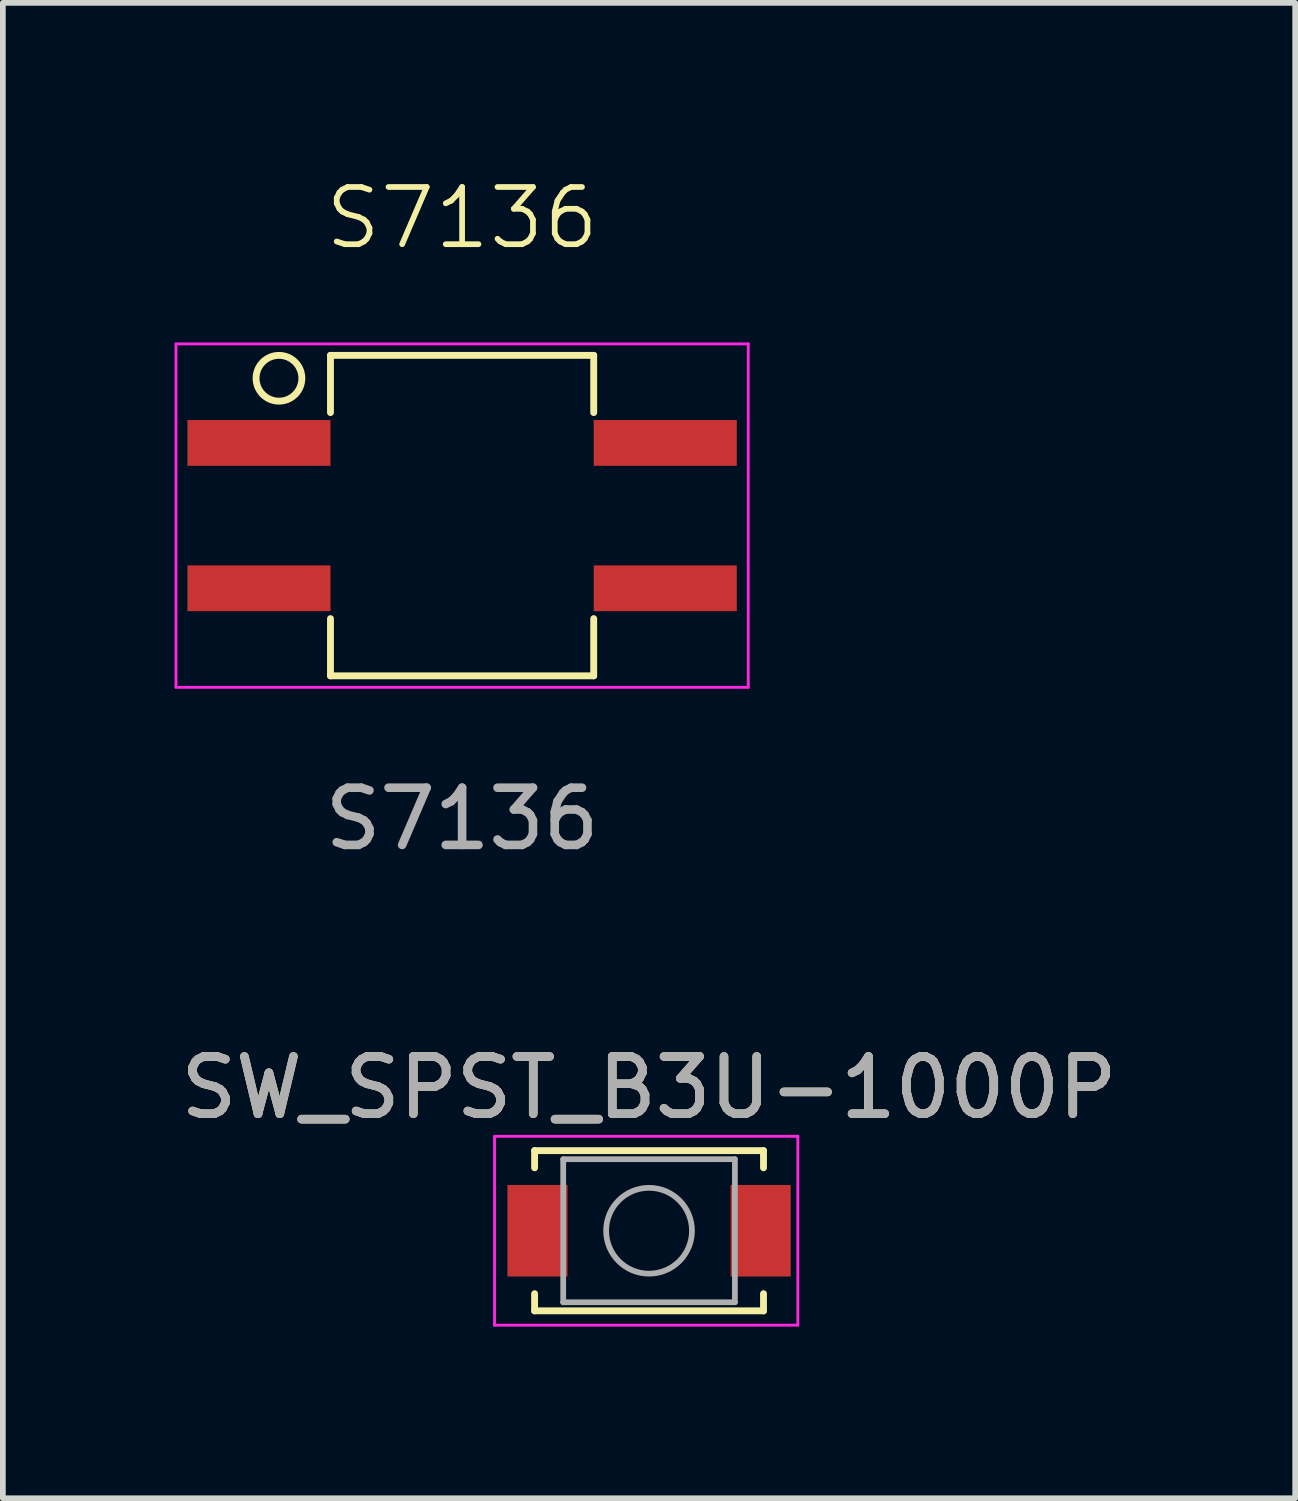
<source format=kicad_pcb>
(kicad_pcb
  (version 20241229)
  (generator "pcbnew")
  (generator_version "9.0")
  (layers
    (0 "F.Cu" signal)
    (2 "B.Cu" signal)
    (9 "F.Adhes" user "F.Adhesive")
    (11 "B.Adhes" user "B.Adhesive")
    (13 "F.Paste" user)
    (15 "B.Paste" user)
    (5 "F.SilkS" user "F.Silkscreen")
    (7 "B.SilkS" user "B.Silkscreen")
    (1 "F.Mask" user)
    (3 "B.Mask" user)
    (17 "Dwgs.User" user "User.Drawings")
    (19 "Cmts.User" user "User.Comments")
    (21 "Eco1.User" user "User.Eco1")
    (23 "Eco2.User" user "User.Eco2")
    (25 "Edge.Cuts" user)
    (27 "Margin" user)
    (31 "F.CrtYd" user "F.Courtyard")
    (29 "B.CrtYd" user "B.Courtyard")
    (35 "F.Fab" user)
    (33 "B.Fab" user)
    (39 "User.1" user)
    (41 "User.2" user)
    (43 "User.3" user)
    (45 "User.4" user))
  (footprint "SW_SPST_B3U-1000P"
    (layer "F.Cu")
    (at 8.292 18.457)
    (property "Reference" "SW_SPST_B3U-1000P" (at 0 -2.5 0) (layer "F.SilkS") (effects (font (size 1 1) (thickness 0.15))))
    (attr smd)
    (fp_line (start -2 -1.4) (end 2 -1.4) (stroke (width 0.12) (type solid)) (layer "F.SilkS"))
    (fp_line (start -2 -1.1) (end -2 -1.4) (stroke (width 0.12) (type solid)) (layer "F.SilkS"))
    (fp_line (start -2 1.1) (end -2 1.4) (stroke (width 0.12) (type solid)) (layer "F.SilkS"))
    (fp_line (start -2 1.4) (end 2 1.4) (stroke (width 0.12) (type solid)) (layer "F.SilkS"))
    (fp_line (start 2 -1.4) (end 2 -1.1) (stroke (width 0.12) (type solid)) (layer "F.SilkS"))
    (fp_line (start 2 1.4) (end 2 1.1) (stroke (width 0.12) (type solid)) (layer "F.SilkS"))
    (fp_line (start -2.7 -1.65) (end -2.7 1.65) (stroke (width 0.05) (type solid)) (layer "F.CrtYd"))
    (fp_line (start -2.7 1.65) (end 2.6 1.65) (stroke (width 0.05) (type solid)) (layer "F.CrtYd"))
    (fp_line (start 2.6 -1.65) (end -2.7 -1.65) (stroke (width 0.05) (type solid)) (layer "F.CrtYd"))
    (fp_line (start 2.6 1.65) (end 2.6 -1.65) (stroke (width 0.05) (type solid)) (layer "F.CrtYd"))
    (fp_line (start -1.5 -1.25) (end 1.5 -1.25) (stroke (width 0.1) (type solid)) (layer "F.Fab"))
    (fp_line (start -1.5 1.25) (end -1.5 -1.25) (stroke (width 0.1) (type solid)) (layer "F.Fab"))
    (fp_line (start 1.5 -1.25) (end 1.5 1.25) (stroke (width 0.1) (type solid)) (layer "F.Fab"))
    (fp_line (start 1.5 1.25) (end -1.5 1.25) (stroke (width 0.1) (type solid)) (layer "F.Fab"))
    (fp_circle (center 0 0) (end 0.75 0) (stroke (width 0.1) (type solid)) (fill no) (layer "F.Fab"))
    (fp_text user "${REFERENCE}" (at 0 -2.5 0) (layer "F.Fab") (effects (font (size 1 1) (thickness 0.15))))
    (pad "1" smd rect (at -1.95 0) (size 1.05 1.6) (layers "F.Cu" "F.Mask" "F.Paste"))
    (pad "2" smd rect (at 1.95 0) (size 1.05 1.6) (layers "F.Cu" "F.Mask" "F.Paste")))
  (footprint "S7136"
    (layer "F.Cu")
    (at 5.025 5.96)
    (property "Reference" "S7136" (at 0 -5.2 0) (unlocked yes) (layer "F.SilkS") (effects (font (size 1 1) (thickness 0.1))))
    (attr smd)
    (fp_line (start -2.3 -2.8) (end -2.3 -1.8) (stroke (width 0.12) (type default)) (layer "F.SilkS"))
    (fp_line (start -2.3 2.8) (end -2.3 1.8) (stroke (width 0.12) (type default)) (layer "F.SilkS"))
    (fp_line (start -2.3 2.8) (end 2.3 2.8) (stroke (width 0.12) (type default)) (layer "F.SilkS"))
    (fp_line (start 2.3 -2.8) (end -2.3 -2.8) (stroke (width 0.12) (type default)) (layer "F.SilkS"))
    (fp_line (start 2.3 -2.8) (end 2.3 -1.8) (stroke (width 0.12) (type default)) (layer "F.SilkS"))
    (fp_line (start 2.3 2.8) (end 2.3 1.8) (stroke (width 0.12) (type default)) (layer "F.SilkS"))
    (fp_circle (center -3.2 -2.4) (end -2.8 -2.4) (stroke (width 0.12) (type default)) (fill no) (layer "F.SilkS"))
    (fp_line (start -5 -3) (end -5 3) (stroke (width 0.05) (type default)) (layer "F.CrtYd"))
    (fp_line (start -5 3) (end 5 3) (stroke (width 0.05) (type default)) (layer "F.CrtYd"))
    (fp_line (start 5 -3) (end -5 -3) (stroke (width 0.05) (type default)) (layer "F.CrtYd"))
    (fp_line (start 5 3) (end 5 -3) (stroke (width 0.05) (type default)) (layer "F.CrtYd"))
    (fp_text user "${REFERENCE}" (at 0 5.3 0) (unlocked yes) (layer "F.Fab") (effects (font (size 1 1) (thickness 0.15))))
    (pad "1" smd rect (at -3.55 -1.27) (size 2.5 0.8) (layers "F.Cu" "F.Mask" "F.Paste"))
    (pad "2" smd rect (at -3.55 1.27) (size 2.5 0.8) (layers "F.Cu" "F.Mask" "F.Paste"))
    (pad "3" smd rect (at 3.55 1.27) (size 2.5 0.8) (layers "F.Cu" "F.Mask" "F.Paste"))
    (pad "4" smd rect (at 3.55 -1.27) (size 2.5 0.8) (layers "F.Cu" "F.Mask" "F.Paste")))
  (gr_rect
    (start -3 -3)
    (end 19.583 23.132)
    (stroke (width 0.1) (type default))
    (fill no)
    (layer "Edge.Cuts")))
</source>
